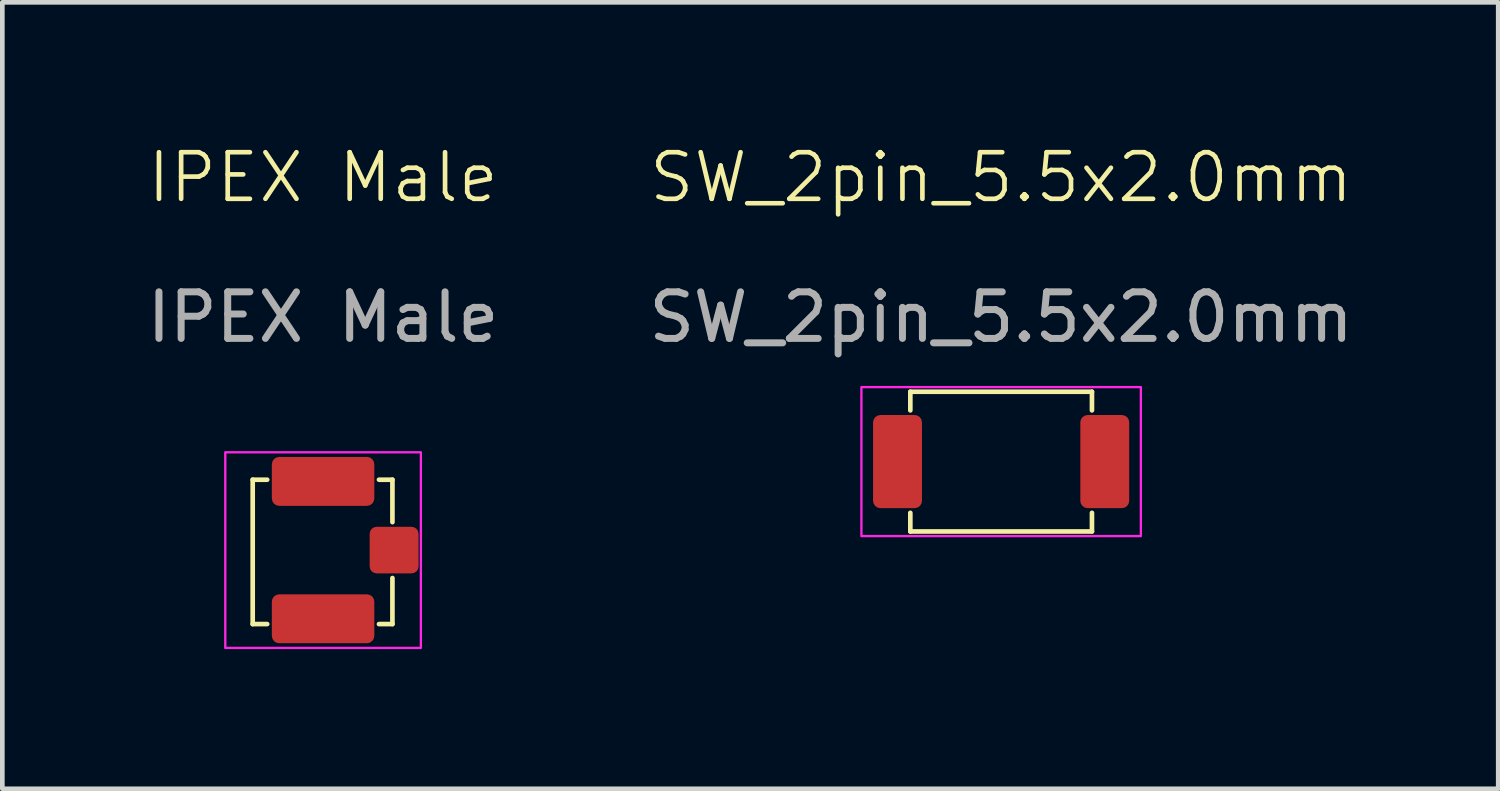
<source format=kicad_pcb>
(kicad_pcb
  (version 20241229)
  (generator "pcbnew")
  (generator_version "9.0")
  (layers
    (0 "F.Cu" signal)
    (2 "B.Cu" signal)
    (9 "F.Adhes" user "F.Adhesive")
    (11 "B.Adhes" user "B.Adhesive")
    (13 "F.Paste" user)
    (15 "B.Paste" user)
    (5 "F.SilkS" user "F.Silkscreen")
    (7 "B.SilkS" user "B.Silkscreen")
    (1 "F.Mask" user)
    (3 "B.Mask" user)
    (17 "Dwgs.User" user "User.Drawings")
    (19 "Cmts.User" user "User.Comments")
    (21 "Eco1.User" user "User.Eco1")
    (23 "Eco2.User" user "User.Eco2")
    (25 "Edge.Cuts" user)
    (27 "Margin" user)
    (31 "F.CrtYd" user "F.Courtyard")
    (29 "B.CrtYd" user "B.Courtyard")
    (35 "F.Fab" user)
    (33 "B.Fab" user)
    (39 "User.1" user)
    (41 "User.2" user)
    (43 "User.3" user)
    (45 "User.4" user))
  (footprint "IPEX Male"
    (layer "F.Cu")
    (at 3.887 8.761)
    (property "Reference" "IPEX Male" (at 0 -8 0) (unlocked yes) (layer "F.SilkS") (effects (font (size 1 1) (thickness 0.1))))
    (attr smd)
    (fp_line (start -1.511 -1.511) (end -1.511 1.589) (stroke (width 0.1) (type default)) (layer "F.SilkS"))
    (fp_line (start -1.511 -1.511) (end -1.2 -1.511) (stroke (width 0.1) (type default)) (layer "F.SilkS"))
    (fp_line (start -1.511 1.589) (end -1.2 1.589) (stroke (width 0.1) (type default)) (layer "F.SilkS"))
    (fp_line (start 1.489 -1.511) (end 1.2 -1.511) (stroke (width 0.1) (type default)) (layer "F.SilkS"))
    (fp_line (start 1.489 -1.511) (end 1.489 -0.6) (stroke (width 0.1) (type default)) (layer "F.SilkS"))
    (fp_line (start 1.489 1.589) (end 1.2 1.589) (stroke (width 0.1) (type default)) (layer "F.SilkS"))
    (fp_line (start 1.489 1.589) (end 1.489 0.6) (stroke (width 0.1) (type default)) (layer "F.SilkS"))
    (fp_rect (start -2.1 -2.1) (end 2.1 2.1) (stroke (width 0.05) (type default)) (fill no) (layer "F.CrtYd"))
    (fp_text user "${REFERENCE}" (at 0 -5 0) (unlocked yes) (layer "F.Fab") (effects (font (size 1 1) (thickness 0.15))))
    (pad "1" smd roundrect (at 1.525 0) (size 1.05 1) (layers "F.Cu" "F.Mask" "F.Paste") (roundrect_rratio 0.15))
    (pad "2" smd roundrect (at 0 -1.475) (size 2.2 1.05) (layers "F.Cu" "F.Mask" "F.Paste") (roundrect_rratio 0.15))
    (pad "2" smd roundrect (at 0 1.475) (size 2.2 1.05) (layers "F.Cu" "F.Mask" "F.Paste") (roundrect_rratio 0.15)))
  (footprint "SW_2pin_5.5x2.0mm"
    (layer "F.Cu")
    (at 18.446 6.861)
    (property "Reference" "SW_2pin_5.5x2.0mm" (at 0 -6.1 0) (unlocked yes) (layer "F.SilkS") (effects (font (size 1 1) (thickness 0.1))))
    (attr smd)
    (fp_line (start -1.95 -1.5) (end -1.95 -1.1) (stroke (width 0.1) (type default)) (layer "F.SilkS"))
    (fp_line (start -1.95 -1.5) (end 1.95 -1.5) (stroke (width 0.1) (type default)) (layer "F.SilkS"))
    (fp_line (start -1.95 1.5) (end -1.95 1.1) (stroke (width 0.1) (type default)) (layer "F.SilkS"))
    (fp_line (start 1.95 -1.5) (end 1.95 -1.1) (stroke (width 0.1) (type default)) (layer "F.SilkS"))
    (fp_line (start 1.95 1.5) (end -1.95 1.5) (stroke (width 0.1) (type default)) (layer "F.SilkS"))
    (fp_line (start 1.95 1.5) (end 1.95 1.1) (stroke (width 0.1) (type default)) (layer "F.SilkS"))
    (fp_rect (start -3 -1.6) (end 3 1.6) (stroke (width 0.05) (type default)) (fill no) (layer "F.CrtYd"))
    (fp_text user "${REFERENCE}" (at 0 -3.1 0) (unlocked yes) (layer "F.Fab") (effects (font (size 1 1) (thickness 0.15))))
    (pad "1" smd roundrect (at -2.225 0) (size 1.05 2) (layers "F.Cu" "F.Mask" "F.Paste") (roundrect_rratio 0.15))
    (pad "2" smd roundrect (at 2.225 0) (size 1.05 2) (layers "F.Cu" "F.Mask" "F.Paste") (roundrect_rratio 0.15)))
  (gr_rect
    (start -3 -3)
    (end 29.119 13.886)
    (stroke (width 0.1) (type default))
    (fill no)
    (layer "Edge.Cuts")))
</source>
